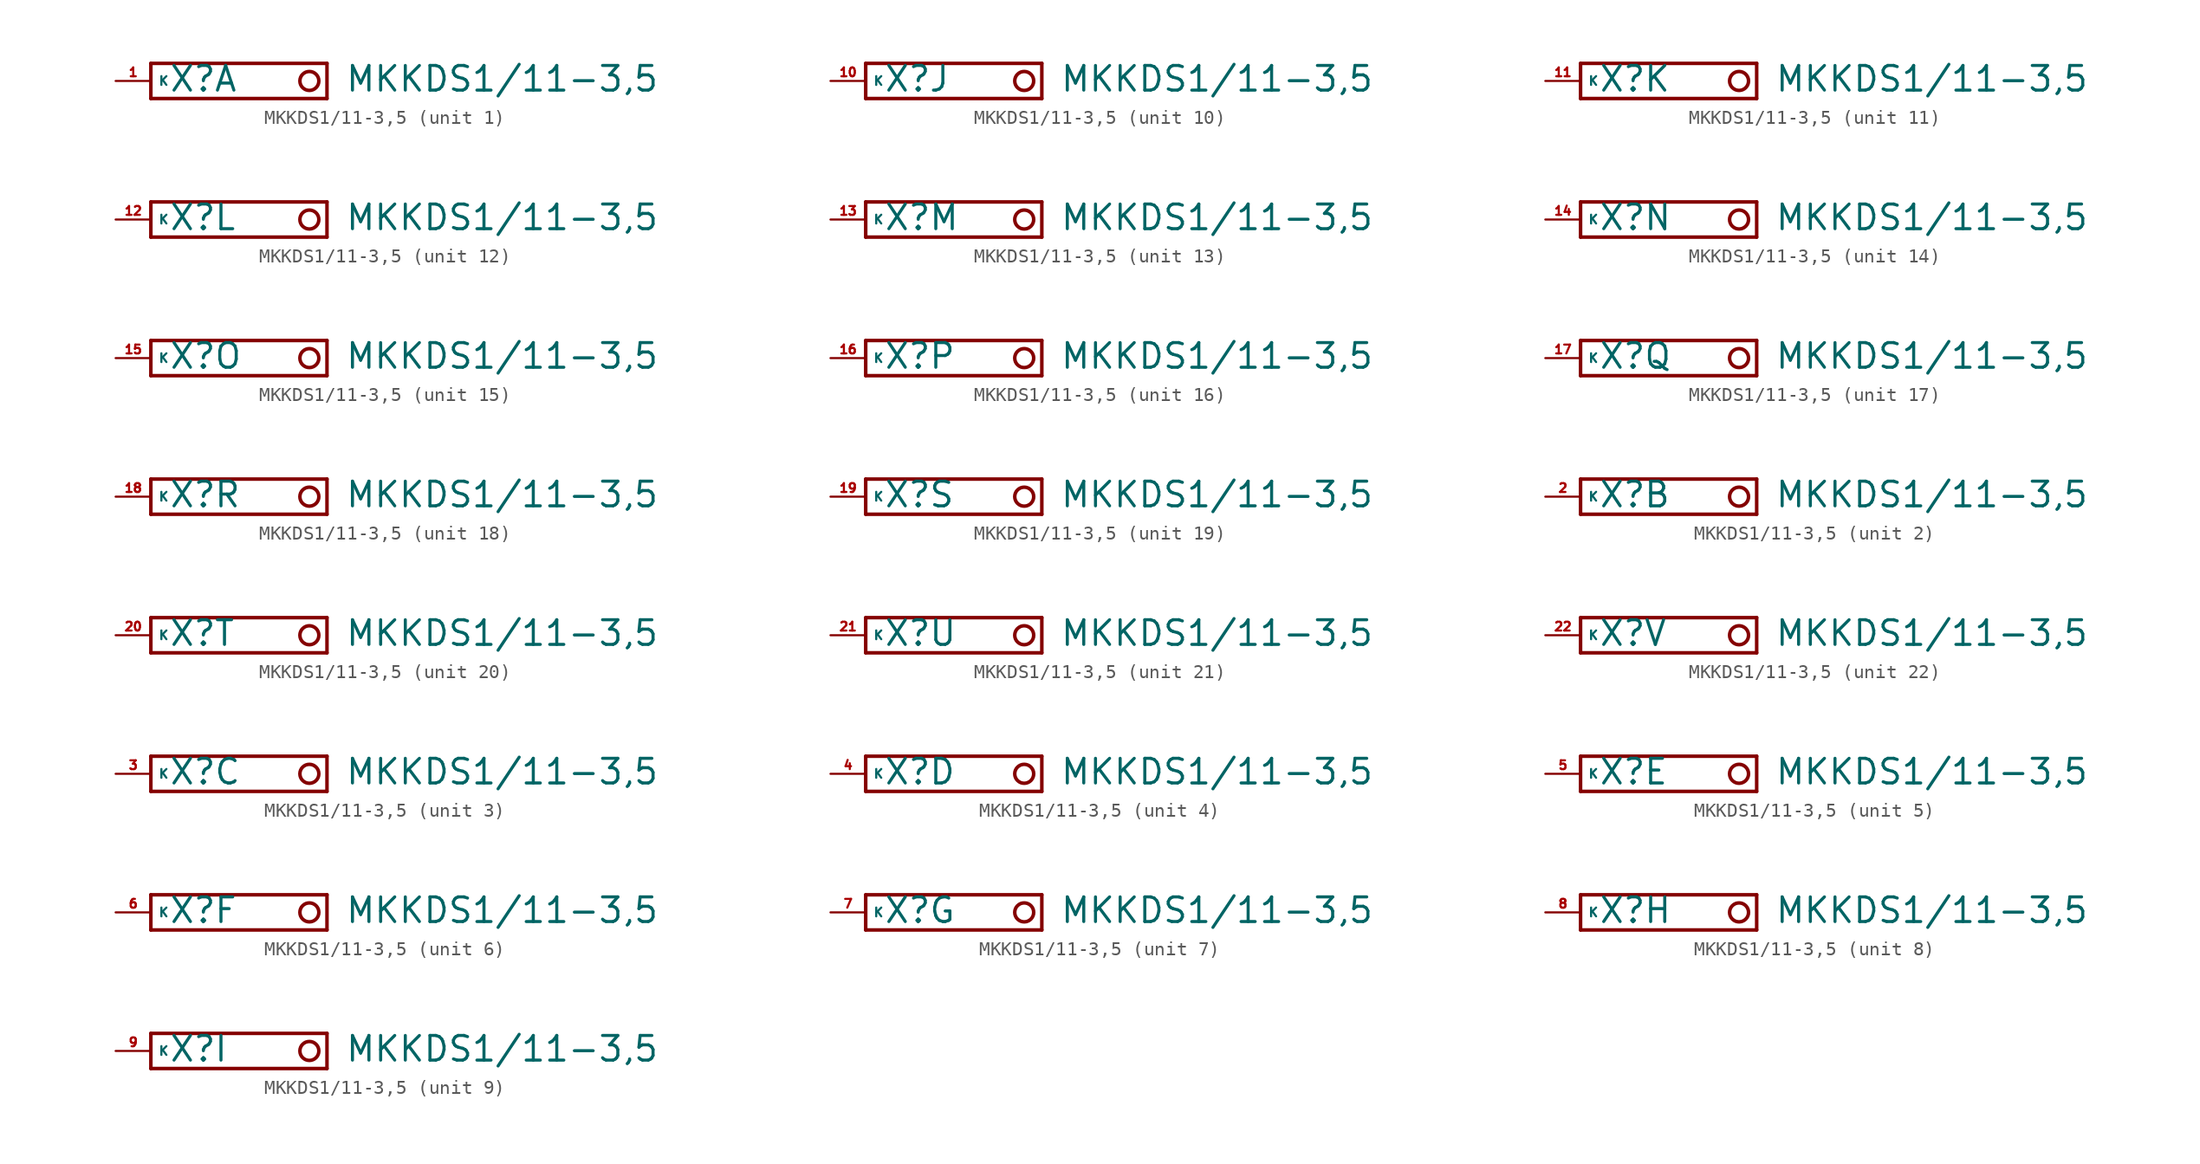
<source format=kicad_sym>
(kicad_symbol_lib
  (version 20220914)
  (generator Eagle2Kicad)
  (symbol "MKKDS1/11-3,5"
    (property "Reference" "X"
      (at 1.27 -0.889 0)
      (effects (font (size 1.778 1.778) (thickness 0.22)) (justify left bottom)))
    (property "Value" "MKKDS1/11-3,5"
      (at 13.97 -0.889 0)
      (effects (font (size 1.778 1.778) (thickness 0.22)) (justify left bottom)))
    (symbol "MKKDS1/11-3,5_1_0"
      (polyline (pts (xy 0 -1.27) (xy 0 1.27)) (stroke (width 0.254) (type default)) (fill (type none)))
      (polyline (pts (xy 12.7 -1.27) (xy 0 -1.27)) (stroke (width 0.254) (type default)) (fill (type none)))
      (polyline (pts (xy 12.7 -1.27) (xy 12.7 1.27)) (stroke (width 0.254) (type default)) (fill (type none)))
      (polyline (pts (xy 0 1.27) (xy 12.7 1.27)) (stroke (width 0.254) (type default)) (fill (type none)))
      (circle (center 11.43 0) (radius 0.684) (stroke (width 0.254) (type default)) (fill (type none)))
      (pin passive line (at -2.54 0 0) (length 2.54) (name "K" (effects (font (size 0.635 0.635) (thickness 0.08)) (justify left bottom))) (number "1" (effects (font (size 0.635 0.635) (thickness 0.08)) (justify left bottom)))))
    (symbol "MKKDS1/11-3,5_2_0"
      (polyline (pts (xy 0 -1.27) (xy 0 1.27)) (stroke (width 0.254) (type default)) (fill (type none)))
      (polyline (pts (xy 12.7 -1.27) (xy 0 -1.27)) (stroke (width 0.254) (type default)) (fill (type none)))
      (polyline (pts (xy 12.7 -1.27) (xy 12.7 1.27)) (stroke (width 0.254) (type default)) (fill (type none)))
      (polyline (pts (xy 0 1.27) (xy 12.7 1.27)) (stroke (width 0.254) (type default)) (fill (type none)))
      (circle (center 11.43 0) (radius 0.684) (stroke (width 0.254) (type default)) (fill (type none)))
      (pin passive line (at -2.54 0 0) (length 2.54) (name "K" (effects (font (size 0.635 0.635) (thickness 0.08)) (justify left bottom))) (number "2" (effects (font (size 0.635 0.635) (thickness 0.08)) (justify left bottom)))))
    (symbol "MKKDS1/11-3,5_3_0"
      (polyline (pts (xy 0 -1.27) (xy 0 1.27)) (stroke (width 0.254) (type default)) (fill (type none)))
      (polyline (pts (xy 12.7 -1.27) (xy 0 -1.27)) (stroke (width 0.254) (type default)) (fill (type none)))
      (polyline (pts (xy 12.7 -1.27) (xy 12.7 1.27)) (stroke (width 0.254) (type default)) (fill (type none)))
      (polyline (pts (xy 0 1.27) (xy 12.7 1.27)) (stroke (width 0.254) (type default)) (fill (type none)))
      (circle (center 11.43 0) (radius 0.684) (stroke (width 0.254) (type default)) (fill (type none)))
      (pin passive line (at -2.54 0 0) (length 2.54) (name "K" (effects (font (size 0.635 0.635) (thickness 0.08)) (justify left bottom))) (number "3" (effects (font (size 0.635 0.635) (thickness 0.08)) (justify left bottom)))))
    (symbol "MKKDS1/11-3,5_4_0"
      (polyline (pts (xy 0 -1.27) (xy 0 1.27)) (stroke (width 0.254) (type default)) (fill (type none)))
      (polyline (pts (xy 12.7 -1.27) (xy 0 -1.27)) (stroke (width 0.254) (type default)) (fill (type none)))
      (polyline (pts (xy 12.7 -1.27) (xy 12.7 1.27)) (stroke (width 0.254) (type default)) (fill (type none)))
      (polyline (pts (xy 0 1.27) (xy 12.7 1.27)) (stroke (width 0.254) (type default)) (fill (type none)))
      (circle (center 11.43 0) (radius 0.684) (stroke (width 0.254) (type default)) (fill (type none)))
      (pin passive line (at -2.54 0 0) (length 2.54) (name "K" (effects (font (size 0.635 0.635) (thickness 0.08)) (justify left bottom))) (number "4" (effects (font (size 0.635 0.635) (thickness 0.08)) (justify left bottom)))))
    (symbol "MKKDS1/11-3,5_5_0"
      (polyline (pts (xy 0 -1.27) (xy 0 1.27)) (stroke (width 0.254) (type default)) (fill (type none)))
      (polyline (pts (xy 12.7 -1.27) (xy 0 -1.27)) (stroke (width 0.254) (type default)) (fill (type none)))
      (polyline (pts (xy 12.7 -1.27) (xy 12.7 1.27)) (stroke (width 0.254) (type default)) (fill (type none)))
      (polyline (pts (xy 0 1.27) (xy 12.7 1.27)) (stroke (width 0.254) (type default)) (fill (type none)))
      (circle (center 11.43 0) (radius 0.684) (stroke (width 0.254) (type default)) (fill (type none)))
      (pin passive line (at -2.54 0 0) (length 2.54) (name "K" (effects (font (size 0.635 0.635) (thickness 0.08)) (justify left bottom))) (number "5" (effects (font (size 0.635 0.635) (thickness 0.08)) (justify left bottom)))))
    (symbol "MKKDS1/11-3,5_6_0"
      (polyline (pts (xy 0 -1.27) (xy 0 1.27)) (stroke (width 0.254) (type default)) (fill (type none)))
      (polyline (pts (xy 12.7 -1.27) (xy 0 -1.27)) (stroke (width 0.254) (type default)) (fill (type none)))
      (polyline (pts (xy 12.7 -1.27) (xy 12.7 1.27)) (stroke (width 0.254) (type default)) (fill (type none)))
      (polyline (pts (xy 0 1.27) (xy 12.7 1.27)) (stroke (width 0.254) (type default)) (fill (type none)))
      (circle (center 11.43 0) (radius 0.684) (stroke (width 0.254) (type default)) (fill (type none)))
      (pin passive line (at -2.54 0 0) (length 2.54) (name "K" (effects (font (size 0.635 0.635) (thickness 0.08)) (justify left bottom))) (number "6" (effects (font (size 0.635 0.635) (thickness 0.08)) (justify left bottom)))))
    (symbol "MKKDS1/11-3,5_7_0"
      (polyline (pts (xy 0 -1.27) (xy 0 1.27)) (stroke (width 0.254) (type default)) (fill (type none)))
      (polyline (pts (xy 12.7 -1.27) (xy 0 -1.27)) (stroke (width 0.254) (type default)) (fill (type none)))
      (polyline (pts (xy 12.7 -1.27) (xy 12.7 1.27)) (stroke (width 0.254) (type default)) (fill (type none)))
      (polyline (pts (xy 0 1.27) (xy 12.7 1.27)) (stroke (width 0.254) (type default)) (fill (type none)))
      (circle (center 11.43 0) (radius 0.684) (stroke (width 0.254) (type default)) (fill (type none)))
      (pin passive line (at -2.54 0 0) (length 2.54) (name "K" (effects (font (size 0.635 0.635) (thickness 0.08)) (justify left bottom))) (number "7" (effects (font (size 0.635 0.635) (thickness 0.08)) (justify left bottom)))))
    (symbol "MKKDS1/11-3,5_8_0"
      (polyline (pts (xy 0 -1.27) (xy 0 1.27)) (stroke (width 0.254) (type default)) (fill (type none)))
      (polyline (pts (xy 12.7 -1.27) (xy 0 -1.27)) (stroke (width 0.254) (type default)) (fill (type none)))
      (polyline (pts (xy 12.7 -1.27) (xy 12.7 1.27)) (stroke (width 0.254) (type default)) (fill (type none)))
      (polyline (pts (xy 0 1.27) (xy 12.7 1.27)) (stroke (width 0.254) (type default)) (fill (type none)))
      (circle (center 11.43 0) (radius 0.684) (stroke (width 0.254) (type default)) (fill (type none)))
      (pin passive line (at -2.54 0 0) (length 2.54) (name "K" (effects (font (size 0.635 0.635) (thickness 0.08)) (justify left bottom))) (number "8" (effects (font (size 0.635 0.635) (thickness 0.08)) (justify left bottom)))))
    (symbol "MKKDS1/11-3,5_9_0"
      (polyline (pts (xy 0 -1.27) (xy 0 1.27)) (stroke (width 0.254) (type default)) (fill (type none)))
      (polyline (pts (xy 12.7 -1.27) (xy 0 -1.27)) (stroke (width 0.254) (type default)) (fill (type none)))
      (polyline (pts (xy 12.7 -1.27) (xy 12.7 1.27)) (stroke (width 0.254) (type default)) (fill (type none)))
      (polyline (pts (xy 0 1.27) (xy 12.7 1.27)) (stroke (width 0.254) (type default)) (fill (type none)))
      (circle (center 11.43 0) (radius 0.684) (stroke (width 0.254) (type default)) (fill (type none)))
      (pin passive line (at -2.54 0 0) (length 2.54) (name "K" (effects (font (size 0.635 0.635) (thickness 0.08)) (justify left bottom))) (number "9" (effects (font (size 0.635 0.635) (thickness 0.08)) (justify left bottom)))))
    (symbol "MKKDS1/11-3,5_10_0"
      (polyline (pts (xy 0 -1.27) (xy 0 1.27)) (stroke (width 0.254) (type default)) (fill (type none)))
      (polyline (pts (xy 12.7 -1.27) (xy 0 -1.27)) (stroke (width 0.254) (type default)) (fill (type none)))
      (polyline (pts (xy 12.7 -1.27) (xy 12.7 1.27)) (stroke (width 0.254) (type default)) (fill (type none)))
      (polyline (pts (xy 0 1.27) (xy 12.7 1.27)) (stroke (width 0.254) (type default)) (fill (type none)))
      (circle (center 11.43 0) (radius 0.684) (stroke (width 0.254) (type default)) (fill (type none)))
      (pin passive line (at -2.54 0 0) (length 2.54) (name "K" (effects (font (size 0.635 0.635) (thickness 0.08)) (justify left bottom))) (number "10" (effects (font (size 0.635 0.635) (thickness 0.08)) (justify left bottom)))))
    (symbol "MKKDS1/11-3,5_11_0"
      (polyline (pts (xy 0 -1.27) (xy 0 1.27)) (stroke (width 0.254) (type default)) (fill (type none)))
      (polyline (pts (xy 12.7 -1.27) (xy 0 -1.27)) (stroke (width 0.254) (type default)) (fill (type none)))
      (polyline (pts (xy 12.7 -1.27) (xy 12.7 1.27)) (stroke (width 0.254) (type default)) (fill (type none)))
      (polyline (pts (xy 0 1.27) (xy 12.7 1.27)) (stroke (width 0.254) (type default)) (fill (type none)))
      (circle (center 11.43 0) (radius 0.684) (stroke (width 0.254) (type default)) (fill (type none)))
      (pin passive line (at -2.54 0 0) (length 2.54) (name "K" (effects (font (size 0.635 0.635) (thickness 0.08)) (justify left bottom))) (number "11" (effects (font (size 0.635 0.635) (thickness 0.08)) (justify left bottom)))))
    (symbol "MKKDS1/11-3,5_12_0"
      (polyline (pts (xy 0 -1.27) (xy 0 1.27)) (stroke (width 0.254) (type default)) (fill (type none)))
      (polyline (pts (xy 12.7 -1.27) (xy 0 -1.27)) (stroke (width 0.254) (type default)) (fill (type none)))
      (polyline (pts (xy 12.7 -1.27) (xy 12.7 1.27)) (stroke (width 0.254) (type default)) (fill (type none)))
      (polyline (pts (xy 0 1.27) (xy 12.7 1.27)) (stroke (width 0.254) (type default)) (fill (type none)))
      (circle (center 11.43 0) (radius 0.684) (stroke (width 0.254) (type default)) (fill (type none)))
      (pin passive line (at -2.54 0 0) (length 2.54) (name "K" (effects (font (size 0.635 0.635) (thickness 0.08)) (justify left bottom))) (number "12" (effects (font (size 0.635 0.635) (thickness 0.08)) (justify left bottom)))))
    (symbol "MKKDS1/11-3,5_13_0"
      (polyline (pts (xy 0 -1.27) (xy 0 1.27)) (stroke (width 0.254) (type default)) (fill (type none)))
      (polyline (pts (xy 12.7 -1.27) (xy 0 -1.27)) (stroke (width 0.254) (type default)) (fill (type none)))
      (polyline (pts (xy 12.7 -1.27) (xy 12.7 1.27)) (stroke (width 0.254) (type default)) (fill (type none)))
      (polyline (pts (xy 0 1.27) (xy 12.7 1.27)) (stroke (width 0.254) (type default)) (fill (type none)))
      (circle (center 11.43 0) (radius 0.684) (stroke (width 0.254) (type default)) (fill (type none)))
      (pin passive line (at -2.54 0 0) (length 2.54) (name "K" (effects (font (size 0.635 0.635) (thickness 0.08)) (justify left bottom))) (number "13" (effects (font (size 0.635 0.635) (thickness 0.08)) (justify left bottom)))))
    (symbol "MKKDS1/11-3,5_14_0"
      (polyline (pts (xy 0 -1.27) (xy 0 1.27)) (stroke (width 0.254) (type default)) (fill (type none)))
      (polyline (pts (xy 12.7 -1.27) (xy 0 -1.27)) (stroke (width 0.254) (type default)) (fill (type none)))
      (polyline (pts (xy 12.7 -1.27) (xy 12.7 1.27)) (stroke (width 0.254) (type default)) (fill (type none)))
      (polyline (pts (xy 0 1.27) (xy 12.7 1.27)) (stroke (width 0.254) (type default)) (fill (type none)))
      (circle (center 11.43 0) (radius 0.684) (stroke (width 0.254) (type default)) (fill (type none)))
      (pin passive line (at -2.54 0 0) (length 2.54) (name "K" (effects (font (size 0.635 0.635) (thickness 0.08)) (justify left bottom))) (number "14" (effects (font (size 0.635 0.635) (thickness 0.08)) (justify left bottom)))))
    (symbol "MKKDS1/11-3,5_15_0"
      (polyline (pts (xy 0 -1.27) (xy 0 1.27)) (stroke (width 0.254) (type default)) (fill (type none)))
      (polyline (pts (xy 12.7 -1.27) (xy 0 -1.27)) (stroke (width 0.254) (type default)) (fill (type none)))
      (polyline (pts (xy 12.7 -1.27) (xy 12.7 1.27)) (stroke (width 0.254) (type default)) (fill (type none)))
      (polyline (pts (xy 0 1.27) (xy 12.7 1.27)) (stroke (width 0.254) (type default)) (fill (type none)))
      (circle (center 11.43 0) (radius 0.684) (stroke (width 0.254) (type default)) (fill (type none)))
      (pin passive line (at -2.54 0 0) (length 2.54) (name "K" (effects (font (size 0.635 0.635) (thickness 0.08)) (justify left bottom))) (number "15" (effects (font (size 0.635 0.635) (thickness 0.08)) (justify left bottom)))))
    (symbol "MKKDS1/11-3,5_16_0"
      (polyline (pts (xy 0 -1.27) (xy 0 1.27)) (stroke (width 0.254) (type default)) (fill (type none)))
      (polyline (pts (xy 12.7 -1.27) (xy 0 -1.27)) (stroke (width 0.254) (type default)) (fill (type none)))
      (polyline (pts (xy 12.7 -1.27) (xy 12.7 1.27)) (stroke (width 0.254) (type default)) (fill (type none)))
      (polyline (pts (xy 0 1.27) (xy 12.7 1.27)) (stroke (width 0.254) (type default)) (fill (type none)))
      (circle (center 11.43 0) (radius 0.684) (stroke (width 0.254) (type default)) (fill (type none)))
      (pin passive line (at -2.54 0 0) (length 2.54) (name "K" (effects (font (size 0.635 0.635) (thickness 0.08)) (justify left bottom))) (number "16" (effects (font (size 0.635 0.635) (thickness 0.08)) (justify left bottom)))))
    (symbol "MKKDS1/11-3,5_17_0"
      (polyline (pts (xy 0 -1.27) (xy 0 1.27)) (stroke (width 0.254) (type default)) (fill (type none)))
      (polyline (pts (xy 12.7 -1.27) (xy 0 -1.27)) (stroke (width 0.254) (type default)) (fill (type none)))
      (polyline (pts (xy 12.7 -1.27) (xy 12.7 1.27)) (stroke (width 0.254) (type default)) (fill (type none)))
      (polyline (pts (xy 0 1.27) (xy 12.7 1.27)) (stroke (width 0.254) (type default)) (fill (type none)))
      (circle (center 11.43 0) (radius 0.684) (stroke (width 0.254) (type default)) (fill (type none)))
      (pin passive line (at -2.54 0 0) (length 2.54) (name "K" (effects (font (size 0.635 0.635) (thickness 0.08)) (justify left bottom))) (number "17" (effects (font (size 0.635 0.635) (thickness 0.08)) (justify left bottom)))))
    (symbol "MKKDS1/11-3,5_18_0"
      (polyline (pts (xy 0 -1.27) (xy 0 1.27)) (stroke (width 0.254) (type default)) (fill (type none)))
      (polyline (pts (xy 12.7 -1.27) (xy 0 -1.27)) (stroke (width 0.254) (type default)) (fill (type none)))
      (polyline (pts (xy 12.7 -1.27) (xy 12.7 1.27)) (stroke (width 0.254) (type default)) (fill (type none)))
      (polyline (pts (xy 0 1.27) (xy 12.7 1.27)) (stroke (width 0.254) (type default)) (fill (type none)))
      (circle (center 11.43 0) (radius 0.684) (stroke (width 0.254) (type default)) (fill (type none)))
      (pin passive line (at -2.54 0 0) (length 2.54) (name "K" (effects (font (size 0.635 0.635) (thickness 0.08)) (justify left bottom))) (number "18" (effects (font (size 0.635 0.635) (thickness 0.08)) (justify left bottom)))))
    (symbol "MKKDS1/11-3,5_19_0"
      (polyline (pts (xy 0 -1.27) (xy 0 1.27)) (stroke (width 0.254) (type default)) (fill (type none)))
      (polyline (pts (xy 12.7 -1.27) (xy 0 -1.27)) (stroke (width 0.254) (type default)) (fill (type none)))
      (polyline (pts (xy 12.7 -1.27) (xy 12.7 1.27)) (stroke (width 0.254) (type default)) (fill (type none)))
      (polyline (pts (xy 0 1.27) (xy 12.7 1.27)) (stroke (width 0.254) (type default)) (fill (type none)))
      (circle (center 11.43 0) (radius 0.684) (stroke (width 0.254) (type default)) (fill (type none)))
      (pin passive line (at -2.54 0 0) (length 2.54) (name "K" (effects (font (size 0.635 0.635) (thickness 0.08)) (justify left bottom))) (number "19" (effects (font (size 0.635 0.635) (thickness 0.08)) (justify left bottom)))))
    (symbol "MKKDS1/11-3,5_20_0"
      (polyline (pts (xy 0 -1.27) (xy 0 1.27)) (stroke (width 0.254) (type default)) (fill (type none)))
      (polyline (pts (xy 12.7 -1.27) (xy 0 -1.27)) (stroke (width 0.254) (type default)) (fill (type none)))
      (polyline (pts (xy 12.7 -1.27) (xy 12.7 1.27)) (stroke (width 0.254) (type default)) (fill (type none)))
      (polyline (pts (xy 0 1.27) (xy 12.7 1.27)) (stroke (width 0.254) (type default)) (fill (type none)))
      (circle (center 11.43 0) (radius 0.684) (stroke (width 0.254) (type default)) (fill (type none)))
      (pin passive line (at -2.54 0 0) (length 2.54) (name "K" (effects (font (size 0.635 0.635) (thickness 0.08)) (justify left bottom))) (number "20" (effects (font (size 0.635 0.635) (thickness 0.08)) (justify left bottom)))))
    (symbol "MKKDS1/11-3,5_21_0"
      (polyline (pts (xy 0 -1.27) (xy 0 1.27)) (stroke (width 0.254) (type default)) (fill (type none)))
      (polyline (pts (xy 12.7 -1.27) (xy 0 -1.27)) (stroke (width 0.254) (type default)) (fill (type none)))
      (polyline (pts (xy 12.7 -1.27) (xy 12.7 1.27)) (stroke (width 0.254) (type default)) (fill (type none)))
      (polyline (pts (xy 0 1.27) (xy 12.7 1.27)) (stroke (width 0.254) (type default)) (fill (type none)))
      (circle (center 11.43 0) (radius 0.684) (stroke (width 0.254) (type default)) (fill (type none)))
      (pin passive line (at -2.54 0 0) (length 2.54) (name "K" (effects (font (size 0.635 0.635) (thickness 0.08)) (justify left bottom))) (number "21" (effects (font (size 0.635 0.635) (thickness 0.08)) (justify left bottom)))))
    (symbol "MKKDS1/11-3,5_22_0"
      (polyline (pts (xy 0 -1.27) (xy 0 1.27)) (stroke (width 0.254) (type default)) (fill (type none)))
      (polyline (pts (xy 12.7 -1.27) (xy 0 -1.27)) (stroke (width 0.254) (type default)) (fill (type none)))
      (polyline (pts (xy 12.7 -1.27) (xy 12.7 1.27)) (stroke (width 0.254) (type default)) (fill (type none)))
      (polyline (pts (xy 0 1.27) (xy 12.7 1.27)) (stroke (width 0.254) (type default)) (fill (type none)))
      (circle (center 11.43 0) (radius 0.684) (stroke (width 0.254) (type default)) (fill (type none)))
      (pin passive line (at -2.54 0 0) (length 2.54) (name "K" (effects (font (size 0.635 0.635) (thickness 0.08)) (justify left bottom))) (number "22" (effects (font (size 0.635 0.635) (thickness 0.08)) (justify left bottom)))))))
</source>
